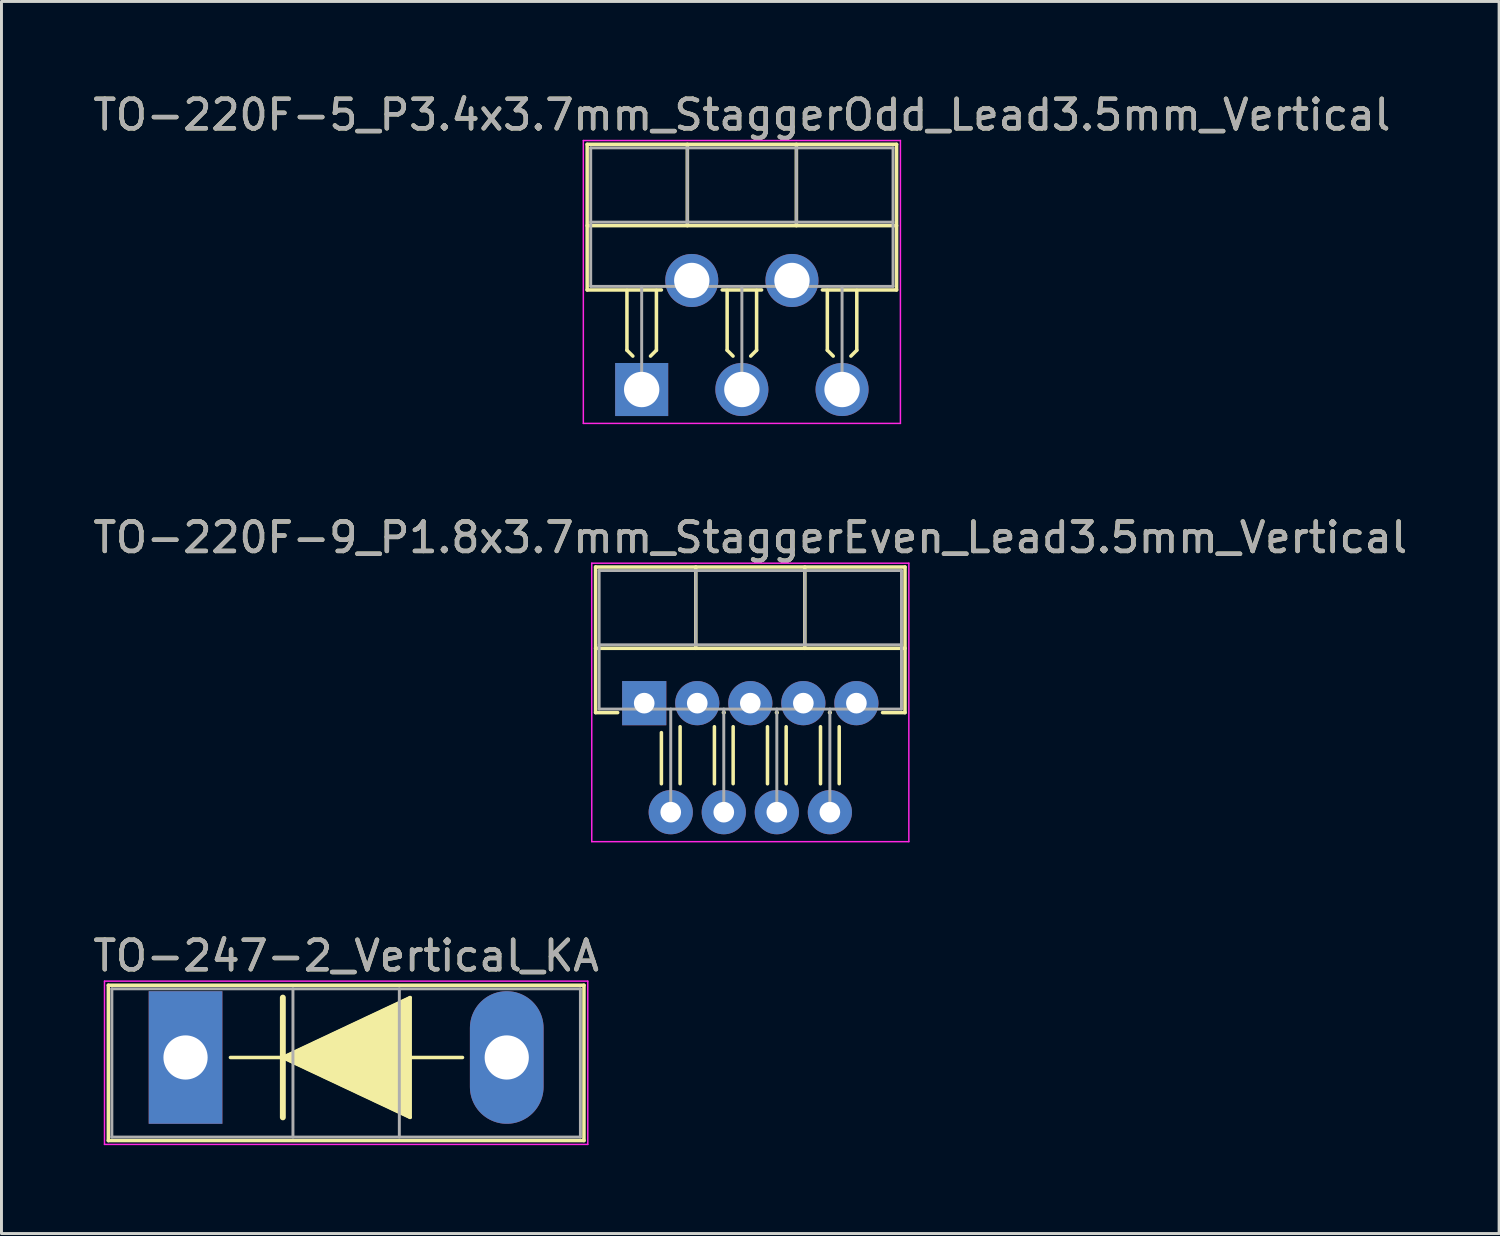
<source format=kicad_pcb>
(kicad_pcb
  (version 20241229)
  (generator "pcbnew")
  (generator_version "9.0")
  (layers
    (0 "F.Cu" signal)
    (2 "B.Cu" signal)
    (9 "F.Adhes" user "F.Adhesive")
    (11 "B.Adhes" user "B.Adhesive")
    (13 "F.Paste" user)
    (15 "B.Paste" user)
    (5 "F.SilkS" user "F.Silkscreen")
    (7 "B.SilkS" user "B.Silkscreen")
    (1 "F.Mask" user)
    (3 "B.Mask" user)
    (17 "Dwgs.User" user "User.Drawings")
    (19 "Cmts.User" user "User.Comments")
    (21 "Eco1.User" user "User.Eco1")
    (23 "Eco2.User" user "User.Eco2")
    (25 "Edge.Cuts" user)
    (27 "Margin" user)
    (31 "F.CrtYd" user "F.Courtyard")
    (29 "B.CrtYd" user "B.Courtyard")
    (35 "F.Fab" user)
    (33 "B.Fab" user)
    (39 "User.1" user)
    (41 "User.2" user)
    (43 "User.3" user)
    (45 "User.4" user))
  (footprint "TO-220F-9_P1.8x3.7mm_StaggerEven_Lead3.5mm_Vertical"
    (layer "F.Cu")
    (at 18.811 20.811)
    (property "Reference" "TO-220F-9_P1.8x3.7mm_StaggerEven_Lead3.5mm_Vertical" (at 3.6 -5.62 0) (layer "F.SilkS") (effects (font (size 1 1) (thickness 0.15))))
    (attr through_hole)
    (fp_line (start -1.65 -4.62) (end -1.65 0.321) (stroke (width 0.12) (type solid)) (layer "F.SilkS"))
    (fp_line (start -1.65 -4.62) (end 8.85 -4.62) (stroke (width 0.12) (type solid)) (layer "F.SilkS"))
    (fp_line (start -1.65 -1.861) (end 8.85 -1.861) (stroke (width 0.12) (type solid)) (layer "F.SilkS"))
    (fp_line (start -1.65 0.321) (end -0.9 0.321) (stroke (width 0.12) (type solid)) (layer "F.SilkS"))
    (fp_line (start 0.583 1) (end 0.583 2.736) (stroke (width 0.12) (type solid)) (layer "F.SilkS"))
    (fp_line (start 1.218 0.8) (end 1.218 2.733) (stroke (width 0.12) (type solid)) (layer "F.SilkS"))
    (fp_line (start 1.75 -4.62) (end 1.75 -1.861) (stroke (width 0.12) (type solid)) (layer "F.SilkS"))
    (fp_line (start 2.382 0.8) (end 2.382 2.736) (stroke (width 0.12) (type solid)) (layer "F.SilkS"))
    (fp_line (start 2.687 0.321) (end 2.714 0.321) (stroke (width 0.12) (type solid)) (layer "F.SilkS"))
    (fp_line (start 3.018 0.8) (end 3.018 2.733) (stroke (width 0.12) (type solid)) (layer "F.SilkS"))
    (fp_line (start 4.183 0.8) (end 4.183 2.736) (stroke (width 0.12) (type solid)) (layer "F.SilkS"))
    (fp_line (start 4.487 0.321) (end 4.514 0.321) (stroke (width 0.12) (type solid)) (layer "F.SilkS"))
    (fp_line (start 4.817 0.8) (end 4.817 2.733) (stroke (width 0.12) (type solid)) (layer "F.SilkS"))
    (fp_line (start 5.45 -4.62) (end 5.45 -1.861) (stroke (width 0.12) (type solid)) (layer "F.SilkS"))
    (fp_line (start 5.982 0.8) (end 5.982 2.736) (stroke (width 0.12) (type solid)) (layer "F.SilkS"))
    (fp_line (start 6.287 0.321) (end 6.314 0.321) (stroke (width 0.12) (type solid)) (layer "F.SilkS"))
    (fp_line (start 6.617 0.8) (end 6.617 2.733) (stroke (width 0.12) (type solid)) (layer "F.SilkS"))
    (fp_line (start 8.087 0.321) (end 8.85 0.321) (stroke (width 0.12) (type solid)) (layer "F.SilkS"))
    (fp_line (start 8.85 -4.62) (end 8.85 0.321) (stroke (width 0.12) (type solid)) (layer "F.SilkS"))
    (fp_line (start -1.78 -4.75) (end -1.78 4.7) (stroke (width 0.05) (type solid)) (layer "F.CrtYd"))
    (fp_line (start -1.78 4.7) (end 8.98 4.7) (stroke (width 0.05) (type solid)) (layer "F.CrtYd"))
    (fp_line (start 8.98 -4.75) (end -1.78 -4.75) (stroke (width 0.05) (type solid)) (layer "F.CrtYd"))
    (fp_line (start 8.98 4.7) (end 8.98 -4.75) (stroke (width 0.05) (type solid)) (layer "F.CrtYd"))
    (fp_line (start -1.53 -4.5) (end -1.53 0.2) (stroke (width 0.1) (type solid)) (layer "F.Fab"))
    (fp_line (start -1.53 -1.98) (end 8.73 -1.98) (stroke (width 0.1) (type solid)) (layer "F.Fab"))
    (fp_line (start -1.53 0.2) (end 8.73 0.2) (stroke (width 0.1) (type solid)) (layer "F.Fab"))
    (fp_line (start 0.9 0.2) (end 0.9 3.7) (stroke (width 0.1) (type solid)) (layer "F.Fab"))
    (fp_line (start 1.75 -4.5) (end 1.75 -1.98) (stroke (width 0.1) (type solid)) (layer "F.Fab"))
    (fp_line (start 2.7 0.2) (end 2.7 3.7) (stroke (width 0.1) (type solid)) (layer "F.Fab"))
    (fp_line (start 4.5 0.2) (end 4.5 3.7) (stroke (width 0.1) (type solid)) (layer "F.Fab"))
    (fp_line (start 5.45 -4.5) (end 5.45 -1.98) (stroke (width 0.1) (type solid)) (layer "F.Fab"))
    (fp_line (start 6.3 0.2) (end 6.3 3.7) (stroke (width 0.1) (type solid)) (layer "F.Fab"))
    (fp_line (start 8.73 -4.5) (end -1.53 -4.5) (stroke (width 0.1) (type solid)) (layer "F.Fab"))
    (fp_line (start 8.73 0.2) (end 8.73 -4.5) (stroke (width 0.1) (type solid)) (layer "F.Fab"))
    (fp_text user "${REFERENCE}" (at 3.6 -5.62 0) (layer "F.Fab") (effects (font (size 1 1) (thickness 0.15))))
    (pad "1" thru_hole rect (at 0 0) (size 1.5 1.5) (drill 0.7) (layers "*.Cu" "*.Mask"))
    (pad "2" thru_hole oval (at 0.9 3.7) (size 1.5 1.5) (drill 0.7) (layers "*.Cu" "*.Mask"))
    (pad "3" thru_hole oval (at 1.8 0) (size 1.5 1.5) (drill 0.7) (layers "*.Cu" "*.Mask"))
    (pad "4" thru_hole oval (at 2.7 3.7) (size 1.5 1.5) (drill 0.7) (layers "*.Cu" "*.Mask"))
    (pad "5" thru_hole oval (at 3.6 0) (size 1.5 1.5) (drill 0.7) (layers "*.Cu" "*.Mask"))
    (pad "6" thru_hole oval (at 4.5 3.7) (size 1.5 1.5) (drill 0.7) (layers "*.Cu" "*.Mask"))
    (pad "7" thru_hole oval (at 5.4 0) (size 1.5 1.5) (drill 0.7) (layers "*.Cu" "*.Mask"))
    (pad "8" thru_hole oval (at 6.3 3.7) (size 1.5 1.5) (drill 0.7) (layers "*.Cu" "*.Mask"))
    (pad "9" thru_hole oval (at 7.2 0) (size 1.5 1.5) (drill 0.7) (layers "*.Cu" "*.Mask")))
  (footprint "TO-220F-5_P3.4x3.7mm_StaggerOdd_Lead3.5mm_Vertical"
    (layer "F.Cu")
    (at 18.725 10.168)
    (property "Reference" "TO-220F-5_P3.4x3.7mm_StaggerOdd_Lead3.5mm_Vertical" (at 3.4 -9.32 0) (layer "F.SilkS") (effects (font (size 1 1) (thickness 0.15))))
    (attr through_hole)
    (fp_line (start -1.85 -8.32) (end -1.85 -3.379) (stroke (width 0.12) (type solid)) (layer "F.SilkS"))
    (fp_line (start -1.85 -8.32) (end 8.65 -8.32) (stroke (width 0.12) (type solid)) (layer "F.SilkS"))
    (fp_line (start -1.85 -5.561) (end 8.65 -5.561) (stroke (width 0.12) (type solid)) (layer "F.SilkS"))
    (fp_line (start -1.85 -3.379) (end 0.669 -3.379) (stroke (width 0.12) (type solid)) (layer "F.SilkS"))
    (fp_line (start -0.5 -3.363) (end -0.5 -1.334) (stroke (width 0.12) (type solid)) (layer "F.SilkS"))
    (fp_line (start -0.5 -1.334) (end -0.3 -1.134) (stroke (width 0.12) (type solid)) (layer "F.SilkS"))
    (fp_line (start 0.5 -3.363) (end 0.5 -1.334) (stroke (width 0.12) (type solid)) (layer "F.SilkS"))
    (fp_line (start 0.5 -1.334) (end 0.3 -1.134) (stroke (width 0.12) (type solid)) (layer "F.SilkS"))
    (fp_line (start 1.55 -8.32) (end 1.55 -5.561) (stroke (width 0.12) (type solid)) (layer "F.SilkS"))
    (fp_line (start 2.732 -3.379) (end 4.069 -3.379) (stroke (width 0.12) (type solid)) (layer "F.SilkS"))
    (fp_line (start 2.9 -3.363) (end 2.9 -1.334) (stroke (width 0.12) (type solid)) (layer "F.SilkS"))
    (fp_line (start 2.9 -1.334) (end 3.1 -1.134) (stroke (width 0.12) (type solid)) (layer "F.SilkS"))
    (fp_line (start 3.9 -3.363) (end 3.9 -1.334) (stroke (width 0.12) (type solid)) (layer "F.SilkS"))
    (fp_line (start 3.9 -1.334) (end 3.7 -1.134) (stroke (width 0.12) (type solid)) (layer "F.SilkS"))
    (fp_line (start 5.25 -8.32) (end 5.25 -5.561) (stroke (width 0.12) (type solid)) (layer "F.SilkS"))
    (fp_line (start 6.132 -3.379) (end 8.65 -3.379) (stroke (width 0.12) (type solid)) (layer "F.SilkS"))
    (fp_line (start 6.3 -3.363) (end 6.3 -1.334) (stroke (width 0.12) (type solid)) (layer "F.SilkS"))
    (fp_line (start 6.3 -1.334) (end 6.5 -1.134) (stroke (width 0.12) (type solid)) (layer "F.SilkS"))
    (fp_line (start 7.3 -3.363) (end 7.3 -1.334) (stroke (width 0.12) (type solid)) (layer "F.SilkS"))
    (fp_line (start 7.3 -1.334) (end 7.1 -1.134) (stroke (width 0.12) (type solid)) (layer "F.SilkS"))
    (fp_line (start 8.65 -8.32) (end 8.65 -3.379) (stroke (width 0.12) (type solid)) (layer "F.SilkS"))
    (fp_line (start -1.98 -8.45) (end -1.98 1.15) (stroke (width 0.05) (type solid)) (layer "F.CrtYd"))
    (fp_line (start -1.98 1.15) (end 8.78 1.15) (stroke (width 0.05) (type solid)) (layer "F.CrtYd"))
    (fp_line (start 8.78 -8.45) (end -1.98 -8.45) (stroke (width 0.05) (type solid)) (layer "F.CrtYd"))
    (fp_line (start 8.78 1.15) (end 8.78 -8.45) (stroke (width 0.05) (type solid)) (layer "F.CrtYd"))
    (fp_line (start -1.73 -8.2) (end -1.73 -3.5) (stroke (width 0.1) (type solid)) (layer "F.Fab"))
    (fp_line (start -1.73 -5.68) (end 8.53 -5.68) (stroke (width 0.1) (type solid)) (layer "F.Fab"))
    (fp_line (start -1.73 -3.5) (end 8.53 -3.5) (stroke (width 0.1) (type solid)) (layer "F.Fab"))
    (fp_line (start 0 -3.5) (end 0 0) (stroke (width 0.1) (type solid)) (layer "F.Fab"))
    (fp_line (start 1.55 -8.2) (end 1.55 -5.68) (stroke (width 0.1) (type solid)) (layer "F.Fab"))
    (fp_line (start 3.4 -3.5) (end 3.4 0) (stroke (width 0.1) (type solid)) (layer "F.Fab"))
    (fp_line (start 5.25 -8.2) (end 5.25 -5.68) (stroke (width 0.1) (type solid)) (layer "F.Fab"))
    (fp_line (start 6.8 -3.5) (end 6.8 0) (stroke (width 0.1) (type solid)) (layer "F.Fab"))
    (fp_line (start 8.53 -8.2) (end -1.73 -8.2) (stroke (width 0.1) (type solid)) (layer "F.Fab"))
    (fp_line (start 8.53 -3.5) (end 8.53 -8.2) (stroke (width 0.1) (type solid)) (layer "F.Fab"))
    (fp_text user "${REFERENCE}" (at 3.4 -9.32 0) (layer "F.Fab") (effects (font (size 1 1) (thickness 0.15))))
    (pad "1" thru_hole rect (at 0 0) (size 1.8 1.8) (drill 1.2) (layers "*.Cu" "*.Mask"))
    (pad "2" thru_hole oval (at 1.7 -3.7) (size 1.8 1.8) (drill 1.2) (layers "*.Cu" "*.Mask"))
    (pad "3" thru_hole oval (at 3.4 0) (size 1.8 1.8) (drill 1.2) (layers "*.Cu" "*.Mask"))
    (pad "4" thru_hole oval (at 5.1 -3.7) (size 1.8 1.8) (drill 1.2) (layers "*.Cu" "*.Mask"))
    (pad "5" thru_hole oval (at 6.8 0) (size 1.8 1.8) (drill 1.2) (layers "*.Cu" "*.Mask")))
  (footprint "TO-247-2_Vertical_KA"
    (layer "F.Cu")
    (at 3.246 32.835)
    (property "Reference" "TO-247-2_Vertical_KA" (at 5.45 -3.45 0) (layer "F.SilkS") (effects (font (size 1 1) (thickness 0.15))))
    (attr through_hole)
    (fp_line (start -2.62 -2.451) (end -2.62 2.82) (stroke (width 0.12) (type solid)) (layer "F.SilkS"))
    (fp_line (start -2.62 -2.451) (end 13.52 -2.451) (stroke (width 0.12) (type solid)) (layer "F.SilkS"))
    (fp_line (start -2.62 2.82) (end 13.52 2.82) (stroke (width 0.12) (type solid)) (layer "F.SilkS"))
    (fp_line (start 1.524 0) (end 3.302 0) (stroke (width 0.12) (type solid)) (layer "F.SilkS"))
    (fp_line (start 3.302 0) (end 3.302 -2.032) (stroke (width 0.2) (type solid)) (layer "F.SilkS"))
    (fp_line (start 3.302 0) (end 7.62 -2.032) (stroke (width 0.12) (type solid)) (layer "F.SilkS"))
    (fp_line (start 3.302 2.032) (end 3.302 0) (stroke (width 0.2) (type solid)) (layer "F.SilkS"))
    (fp_line (start 7.62 -2.032) (end 7.62 2.032) (stroke (width 0.12) (type solid)) (layer "F.SilkS"))
    (fp_line (start 7.62 0) (end 9.398 0) (stroke (width 0.12) (type solid)) (layer "F.SilkS"))
    (fp_line (start 7.62 2.032) (end 3.302 0) (stroke (width 0.12) (type solid)) (layer "F.SilkS"))
    (fp_line (start 13.52 -2.451) (end 13.52 2.82) (stroke (width 0.12) (type solid)) (layer "F.SilkS"))
    (fp_poly (pts (xy 7.62 2.032) (xy 3.302 0) (xy 7.62 -2.032)) (stroke (width 0.1) (type solid)) (fill yes) (layer "F.SilkS"))
    (fp_line (start -2.75 -2.59) (end -2.75 2.95) (stroke (width 0.05) (type solid)) (layer "F.CrtYd"))
    (fp_line (start -2.75 2.95) (end 13.65 2.95) (stroke (width 0.05) (type solid)) (layer "F.CrtYd"))
    (fp_line (start 13.65 -2.59) (end -2.75 -2.59) (stroke (width 0.05) (type solid)) (layer "F.CrtYd"))
    (fp_line (start 13.65 2.95) (end 13.65 -2.59) (stroke (width 0.05) (type solid)) (layer "F.CrtYd"))
    (fp_line (start -2.5 -2.33) (end -2.5 2.7) (stroke (width 0.1) (type solid)) (layer "F.Fab"))
    (fp_line (start -2.5 2.7) (end 13.4 2.7) (stroke (width 0.1) (type solid)) (layer "F.Fab"))
    (fp_line (start 3.645 -2.33) (end 3.645 2.7) (stroke (width 0.1) (type solid)) (layer "F.Fab"))
    (fp_line (start 7.255 -2.33) (end 7.255 2.7) (stroke (width 0.1) (type solid)) (layer "F.Fab"))
    (fp_line (start 13.4 -2.33) (end -2.5 -2.33) (stroke (width 0.1) (type solid)) (layer "F.Fab"))
    (fp_line (start 13.4 2.7) (end 13.4 -2.33) (stroke (width 0.1) (type solid)) (layer "F.Fab"))
    (fp_text user "${REFERENCE}" (at 5.45 -3.45 0) (layer "F.Fab") (effects (font (size 1 1) (thickness 0.15))))
    (pad "1" thru_hole rect (at 0 0) (size 2.5 4.5) (drill 1.5) (layers "*.Cu" "*.Mask"))
    (pad "2" thru_hole oval (at 10.9 0) (size 2.5 4.5) (drill 1.5) (layers "*.Cu" "*.Mask")))
  (gr_rect
    (start -3 -3)
    (end 47.821 38.81)
    (stroke (width 0.1) (type default))
    (fill no)
    (layer "Edge.Cuts")))
</source>
